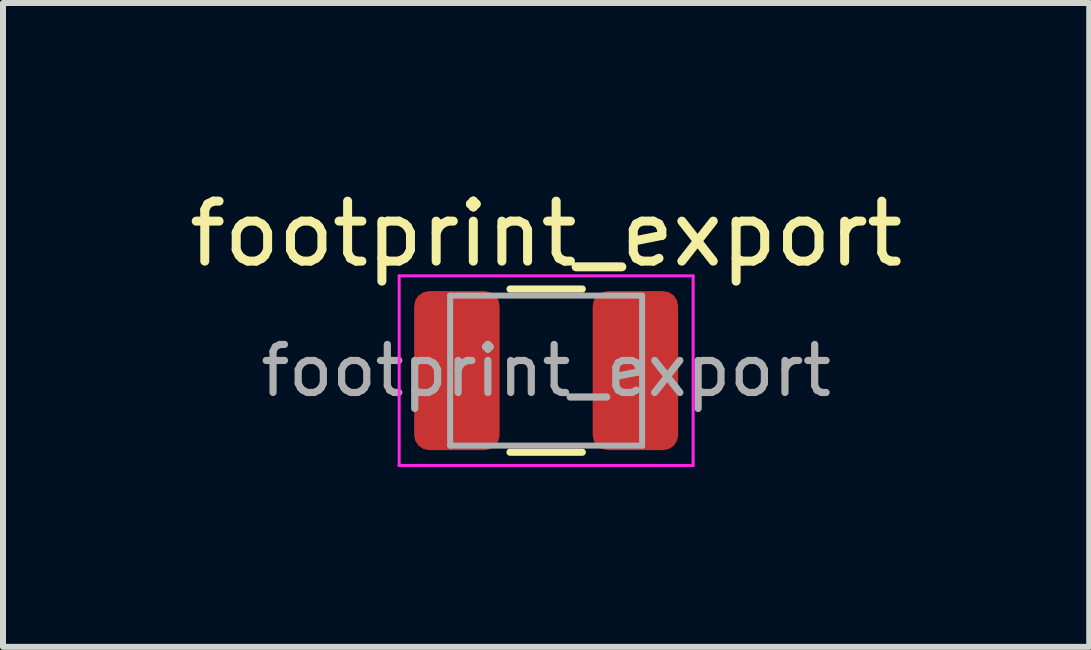
<source format=kicad_pcb>
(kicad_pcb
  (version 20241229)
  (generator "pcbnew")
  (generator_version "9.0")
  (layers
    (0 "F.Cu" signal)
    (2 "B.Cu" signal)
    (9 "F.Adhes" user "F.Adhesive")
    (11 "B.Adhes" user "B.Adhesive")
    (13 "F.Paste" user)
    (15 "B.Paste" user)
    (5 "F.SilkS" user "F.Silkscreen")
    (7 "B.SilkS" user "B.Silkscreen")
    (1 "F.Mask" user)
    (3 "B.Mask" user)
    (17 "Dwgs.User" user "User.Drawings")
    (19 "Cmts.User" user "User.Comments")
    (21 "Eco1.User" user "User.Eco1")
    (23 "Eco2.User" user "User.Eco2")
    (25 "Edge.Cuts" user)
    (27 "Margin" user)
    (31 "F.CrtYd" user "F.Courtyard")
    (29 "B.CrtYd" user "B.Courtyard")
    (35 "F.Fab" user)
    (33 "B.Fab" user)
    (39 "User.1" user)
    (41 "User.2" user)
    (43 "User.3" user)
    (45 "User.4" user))
  (footprint "footprint_export"
    (layer "F.Cu")
    (at 6.054 3.128)
    (property "Reference" "footprint_export" (at 0 -2.28 0) (layer "F.SilkS") (effects (font (size 1 1) (thickness 0.15))))
    (attr smd)
    (fp_line (start -0.602 -1.36) (end 0.602 -1.36) (stroke (width 0.12) (type solid)) (layer "F.SilkS"))
    (fp_line (start -0.602 1.36) (end 0.602 1.36) (stroke (width 0.12) (type solid)) (layer "F.SilkS"))
    (fp_line (start -2.45 -1.58) (end 2.45 -1.58) (stroke (width 0.05) (type solid)) (layer "F.CrtYd"))
    (fp_line (start -2.45 1.58) (end -2.45 -1.58) (stroke (width 0.05) (type solid)) (layer "F.CrtYd"))
    (fp_line (start 2.45 -1.58) (end 2.45 1.58) (stroke (width 0.05) (type solid)) (layer "F.CrtYd"))
    (fp_line (start 2.45 1.58) (end -2.45 1.58) (stroke (width 0.05) (type solid)) (layer "F.CrtYd"))
    (fp_line (start -1.6 -1.25) (end 1.6 -1.25) (stroke (width 0.1) (type solid)) (layer "F.Fab"))
    (fp_line (start -1.6 1.25) (end -1.6 -1.25) (stroke (width 0.1) (type solid)) (layer "F.Fab"))
    (fp_line (start 1.6 -1.25) (end 1.6 1.25) (stroke (width 0.1) (type solid)) (layer "F.Fab"))
    (fp_line (start 1.6 1.25) (end -1.6 1.25) (stroke (width 0.1) (type solid)) (layer "F.Fab"))
    (fp_text user "${REFERENCE}" (at 0 0 0) (layer "F.Fab") (effects (font (size 0.8 0.8) (thickness 0.12))))
    (pad "1" smd roundrect (at -1.488 0) (size 1.425 2.65) (layers "F.Cu" "F.Mask" "F.Paste") (roundrect_rratio 0.175))
    (pad "2" smd roundrect (at 1.488 0) (size 1.425 2.65) (layers "F.Cu" "F.Mask" "F.Paste") (roundrect_rratio 0.175)))
  (gr_rect
    (start -3 -3)
    (end 15.107 7.733)
    (stroke (width 0.1) (type default))
    (fill no)
    (layer "Edge.Cuts")))
</source>
